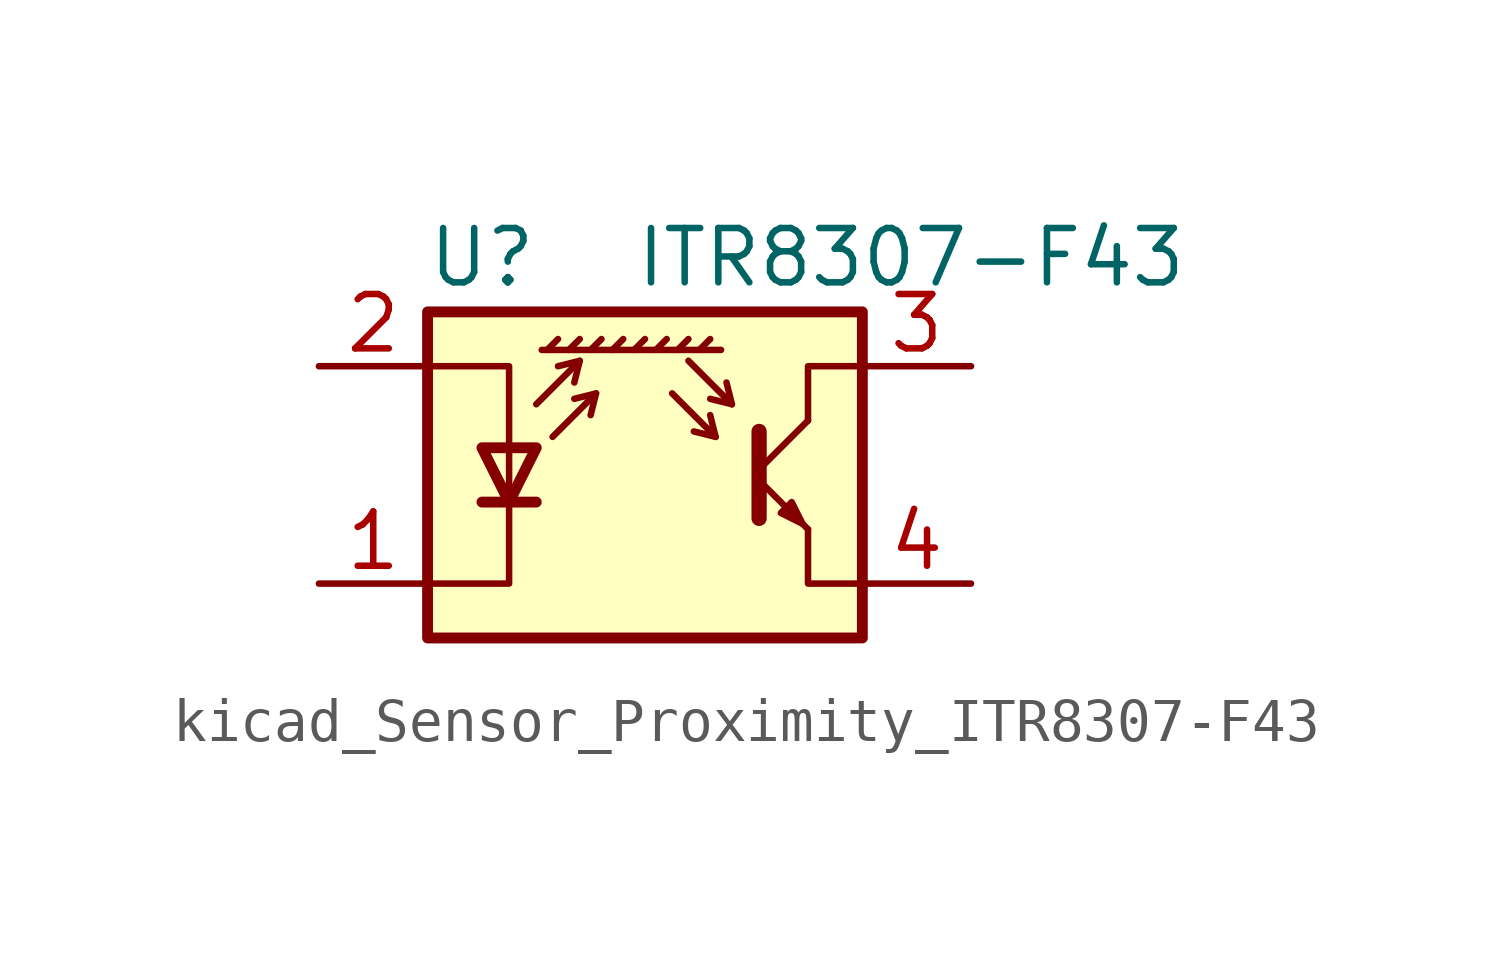
<source format=kicad_sym>
(kicad_symbol_lib
  (version 20220914)
  (generator kicad_symbol_editor)
  (symbol "kicad_Sensor_Proximity_ITR8307-F43"
    (pin_names
      (offset 0.025) hide)
    (property "Reference" "U"
      (at -3.81 5.08 0)
      (effects (font (size 1.27 1.27))))
    (property "Value" "ITR8307-F43"
      (at 12.7 5.08 0)
      (effects (font (size 1.27 1.27)) (justify right)))
    (symbol "kicad_Sensor_Proximity_ITR8307-F43_0_1"
      (polyline (pts (xy -3.81 -0.635) (xy -2.54 -0.635)) (stroke (width 0.254) (type default)) (fill (type none)))
      (polyline (pts (xy -2.286 2.921) (xy -2.032 3.175)) (stroke (width 0) (type default)) (fill (type none)))
      (polyline (pts (xy -1.778 2.921) (xy -1.524 3.175)) (stroke (width 0) (type default)) (fill (type none)))
      (polyline (pts (xy -1.524 2.667) (xy -1.651 2.159)) (stroke (width 0) (type default)) (fill (type none)))
      (polyline (pts (xy -1.27 2.921) (xy -1.016 3.175)) (stroke (width 0) (type default)) (fill (type none)))
      (polyline (pts (xy -1.143 1.905) (xy -1.27 1.397)) (stroke (width 0) (type default)) (fill (type none)))
      (polyline (pts (xy -0.762 2.921) (xy -0.508 3.175)) (stroke (width 0) (type default)) (fill (type none)))
      (polyline (pts (xy -0.254 2.921) (xy 0 3.175)) (stroke (width 0) (type default)) (fill (type none)))
      (polyline (pts (xy 0.254 2.921) (xy 0.508 3.175)) (stroke (width 0) (type default)) (fill (type none)))
      (polyline (pts (xy 0.762 2.921) (xy 1.016 3.175)) (stroke (width 0) (type default)) (fill (type none)))
      (polyline (pts (xy 1.27 2.921) (xy 1.524 3.175)) (stroke (width 0) (type default)) (fill (type none)))
      (polyline (pts (xy 1.651 0.889) (xy 1.143 1.016)) (stroke (width 0) (type default)) (fill (type none)))
      (polyline (pts (xy 1.778 2.921) (xy -2.413 2.921)) (stroke (width 0) (type default)) (fill (type none)))
      (polyline (pts (xy 2.032 1.651) (xy 1.524 1.778)) (stroke (width 0) (type default)) (fill (type none)))
      (polyline (pts (xy 2.667 -0.127) (xy 3.81 -1.27)) (stroke (width 0) (type default)) (fill (type none)))
      (polyline (pts (xy 2.667 0.127) (xy 3.81 1.27)) (stroke (width 0) (type default)) (fill (type none)))
      (polyline (pts (xy -2.54 1.651) (xy -1.524 2.667) (xy -2.032 2.54)) (stroke (width 0) (type default)) (fill (type none)))
      (polyline (pts (xy -2.159 0.889) (xy -1.143 1.905) (xy -1.651 1.778)) (stroke (width 0) (type default)) (fill (type none)))
      (polyline (pts (xy 0.635 1.905) (xy 1.651 0.889) (xy 1.524 1.397)) (stroke (width 0) (type default)) (fill (type none)))
      (polyline (pts (xy 1.016 2.667) (xy 2.032 1.651) (xy 1.905 2.159)) (stroke (width 0) (type default)) (fill (type none)))
      (polyline (pts (xy 2.667 1.016) (xy 2.667 -1.016) (xy 2.667 -1.016)) (stroke (width 0.356) (type default)) (fill (type none)))
      (polyline (pts (xy 3.81 -1.27) (xy 3.81 -2.54) (xy 5.08 -2.54)) (stroke (width 0) (type default)) (fill (type none)))
      (polyline (pts (xy 3.81 1.27) (xy 3.81 2.54) (xy 5.08 2.54)) (stroke (width 0) (type default)) (fill (type none)))
      (polyline (pts (xy -5.08 -2.54) (xy -3.175 -2.54) (xy -3.175 2.54) (xy -5.08 2.54)) (stroke (width 0) (type default)) (fill (type none)))
      (polyline (pts (xy -3.175 -0.635) (xy -3.81 0.635) (xy -2.54 0.635) (xy -3.175 -0.635)) (stroke (width 0.254) (type default)) (fill (type none)))
      (polyline (pts (xy 3.683 -1.143) (xy 3.429 -0.635) (xy 3.175 -0.889) (xy 3.683 -1.143)) (stroke (width 0) (type default)) (fill (type none)))
      (polyline (pts (xy -5.08 -3.81) (xy 5.08 -3.81) (xy 5.08 3.81) (xy -5.08 3.81) (xy -5.08 -3.81)) (stroke (width 0.254) (type default)) (fill (type background))))
    (symbol "kicad_Sensor_Proximity_ITR8307-F43_1_1"
      (pin passive line (at -7.62 -2.54 0) (length 2.54) (name "K" (effects (font (size 1.27 1.27)))) (number "1" (effects (font (size 1.27 1.27)))))
      (pin passive line (at -7.62 2.54 0) (length 2.54) (name "A" (effects (font (size 1.27 1.27)))) (number "2" (effects (font (size 1.27 1.27)))))
      (pin open_collector line (at 7.62 2.54 180) (length 2.54) (name "C" (effects (font (size 1.27 1.27)))) (number "3" (effects (font (size 1.27 1.27)))))
      (pin open_emitter line (at 7.62 -2.54 180) (length 2.54) (name "E" (effects (font (size 1.27 1.27)))) (number "4" (effects (font (size 1.27 1.27))))))))
</source>
